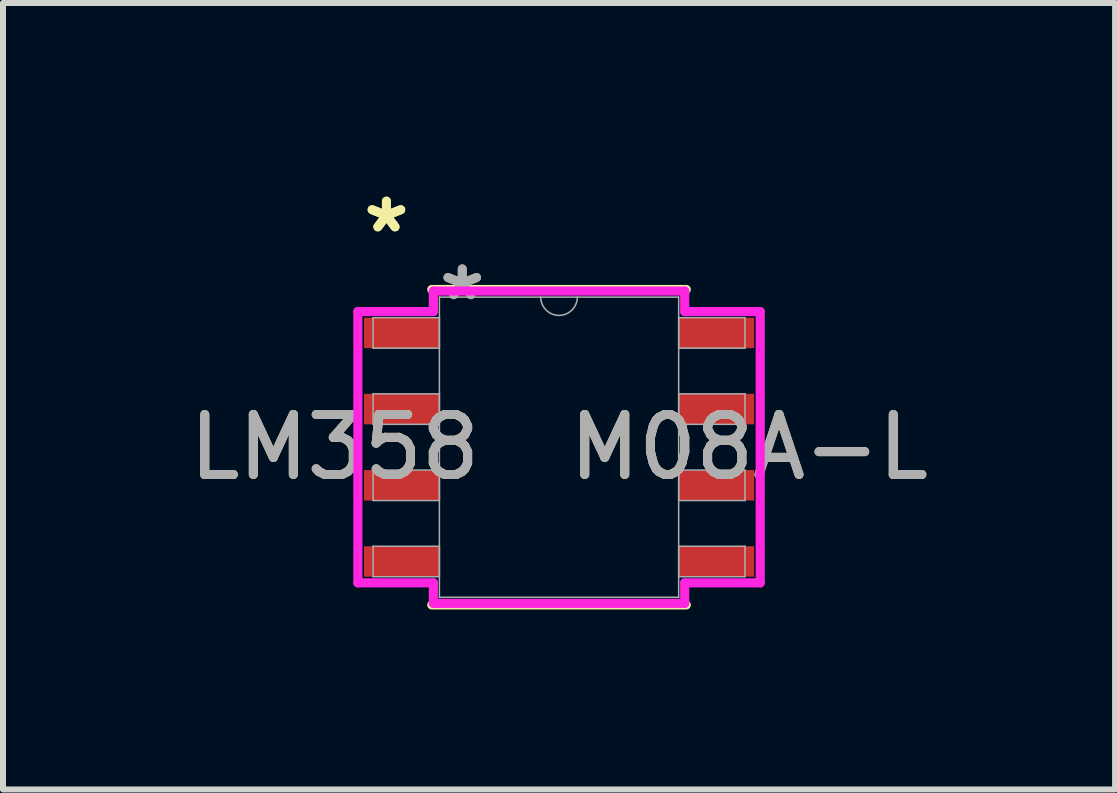
<source format=kicad_pcb>
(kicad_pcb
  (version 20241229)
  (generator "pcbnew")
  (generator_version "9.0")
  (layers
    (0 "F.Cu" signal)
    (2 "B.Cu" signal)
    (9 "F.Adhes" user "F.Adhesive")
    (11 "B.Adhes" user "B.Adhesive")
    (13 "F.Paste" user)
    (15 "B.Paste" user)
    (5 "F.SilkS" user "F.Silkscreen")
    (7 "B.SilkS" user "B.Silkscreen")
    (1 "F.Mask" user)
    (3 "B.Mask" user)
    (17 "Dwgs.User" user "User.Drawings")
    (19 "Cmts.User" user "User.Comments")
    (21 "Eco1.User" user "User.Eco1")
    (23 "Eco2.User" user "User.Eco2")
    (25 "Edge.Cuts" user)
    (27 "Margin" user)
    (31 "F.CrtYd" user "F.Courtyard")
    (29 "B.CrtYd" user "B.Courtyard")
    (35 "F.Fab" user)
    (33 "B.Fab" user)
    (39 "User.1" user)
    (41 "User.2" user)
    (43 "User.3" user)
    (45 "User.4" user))
  (footprint "LM358  M08A-L"
    (layer "F.Cu")
    (at 6.268 4.404)
    (property "Reference" "LM358  M08A-L" (at 0 0 0) (unlocked yes) (layer "F.SilkS") (effects (font (size 1 1) (thickness 0.15))))
    (attr smd)
    (fp_line (start -2.121 2.629) (end 2.121 2.629) (stroke (width 0.152) (type solid)) (layer "F.SilkS"))
    (fp_line (start 2.121 -2.629) (end -2.121 -2.629) (stroke (width 0.152) (type solid)) (layer "F.SilkS"))
    (fp_line (start -3.353 -2.261) (end -2.095 -2.261) (stroke (width 0.152) (type solid)) (layer "F.CrtYd"))
    (fp_line (start -3.353 2.261) (end -3.353 -2.261) (stroke (width 0.152) (type solid)) (layer "F.CrtYd"))
    (fp_line (start -3.353 2.261) (end -2.095 2.261) (stroke (width 0.152) (type solid)) (layer "F.CrtYd"))
    (fp_line (start -2.095 -2.603) (end 2.095 -2.603) (stroke (width 0.152) (type solid)) (layer "F.CrtYd"))
    (fp_line (start -2.095 -2.261) (end -2.095 -2.603) (stroke (width 0.152) (type solid)) (layer "F.CrtYd"))
    (fp_line (start -2.095 2.603) (end -2.095 2.261) (stroke (width 0.152) (type solid)) (layer "F.CrtYd"))
    (fp_line (start 2.095 -2.603) (end 2.095 -2.261) (stroke (width 0.152) (type solid)) (layer "F.CrtYd"))
    (fp_line (start 2.095 2.261) (end 2.095 2.603) (stroke (width 0.152) (type solid)) (layer "F.CrtYd"))
    (fp_line (start 2.095 2.603) (end -2.095 2.603) (stroke (width 0.152) (type solid)) (layer "F.CrtYd"))
    (fp_line (start 3.353 -2.261) (end 2.095 -2.261) (stroke (width 0.152) (type solid)) (layer "F.CrtYd"))
    (fp_line (start 3.353 -2.261) (end 3.353 2.261) (stroke (width 0.152) (type solid)) (layer "F.CrtYd"))
    (fp_line (start 3.353 2.261) (end 2.095 2.261) (stroke (width 0.152) (type solid)) (layer "F.CrtYd"))
    (fp_line (start -3.099 -2.159) (end -3.099 -1.651) (stroke (width 0.025) (type solid)) (layer "F.Fab"))
    (fp_line (start -3.099 -1.651) (end -1.994 -1.651) (stroke (width 0.025) (type solid)) (layer "F.Fab"))
    (fp_line (start -3.099 -0.889) (end -3.099 -0.381) (stroke (width 0.025) (type solid)) (layer "F.Fab"))
    (fp_line (start -3.099 -0.381) (end -1.994 -0.381) (stroke (width 0.025) (type solid)) (layer "F.Fab"))
    (fp_line (start -3.099 0.381) (end -3.099 0.889) (stroke (width 0.025) (type solid)) (layer "F.Fab"))
    (fp_line (start -3.099 0.889) (end -1.994 0.889) (stroke (width 0.025) (type solid)) (layer "F.Fab"))
    (fp_line (start -3.099 1.651) (end -3.099 2.159) (stroke (width 0.025) (type solid)) (layer "F.Fab"))
    (fp_line (start -3.099 2.159) (end -1.994 2.159) (stroke (width 0.025) (type solid)) (layer "F.Fab"))
    (fp_line (start -1.994 -2.502) (end -1.994 2.502) (stroke (width 0.025) (type solid)) (layer "F.Fab"))
    (fp_line (start -1.994 -2.159) (end -3.099 -2.159) (stroke (width 0.025) (type solid)) (layer "F.Fab"))
    (fp_line (start -1.994 -1.651) (end -1.994 -2.159) (stroke (width 0.025) (type solid)) (layer "F.Fab"))
    (fp_line (start -1.994 -0.889) (end -3.099 -0.889) (stroke (width 0.025) (type solid)) (layer "F.Fab"))
    (fp_line (start -1.994 -0.381) (end -1.994 -0.889) (stroke (width 0.025) (type solid)) (layer "F.Fab"))
    (fp_line (start -1.994 0.381) (end -3.099 0.381) (stroke (width 0.025) (type solid)) (layer "F.Fab"))
    (fp_line (start -1.994 0.889) (end -1.994 0.381) (stroke (width 0.025) (type solid)) (layer "F.Fab"))
    (fp_line (start -1.994 1.651) (end -3.099 1.651) (stroke (width 0.025) (type solid)) (layer "F.Fab"))
    (fp_line (start -1.994 2.159) (end -1.994 1.651) (stroke (width 0.025) (type solid)) (layer "F.Fab"))
    (fp_line (start -1.994 2.502) (end 1.994 2.502) (stroke (width 0.025) (type solid)) (layer "F.Fab"))
    (fp_line (start 1.994 -2.502) (end -1.994 -2.502) (stroke (width 0.025) (type solid)) (layer "F.Fab"))
    (fp_line (start 1.994 -2.159) (end 1.994 -1.651) (stroke (width 0.025) (type solid)) (layer "F.Fab"))
    (fp_line (start 1.994 -1.651) (end 3.099 -1.651) (stroke (width 0.025) (type solid)) (layer "F.Fab"))
    (fp_line (start 1.994 -0.889) (end 1.994 -0.381) (stroke (width 0.025) (type solid)) (layer "F.Fab"))
    (fp_line (start 1.994 -0.381) (end 3.099 -0.381) (stroke (width 0.025) (type solid)) (layer "F.Fab"))
    (fp_line (start 1.994 0.381) (end 1.994 0.889) (stroke (width 0.025) (type solid)) (layer "F.Fab"))
    (fp_line (start 1.994 0.889) (end 3.099 0.889) (stroke (width 0.025) (type solid)) (layer "F.Fab"))
    (fp_line (start 1.994 1.651) (end 1.994 2.159) (stroke (width 0.025) (type solid)) (layer "F.Fab"))
    (fp_line (start 1.994 2.159) (end 3.099 2.159) (stroke (width 0.025) (type solid)) (layer "F.Fab"))
    (fp_line (start 1.994 2.502) (end 1.994 -2.502) (stroke (width 0.025) (type solid)) (layer "F.Fab"))
    (fp_line (start 3.099 -2.159) (end 1.994 -2.159) (stroke (width 0.025) (type solid)) (layer "F.Fab"))
    (fp_line (start 3.099 -1.651) (end 3.099 -2.159) (stroke (width 0.025) (type solid)) (layer "F.Fab"))
    (fp_line (start 3.099 -0.889) (end 1.994 -0.889) (stroke (width 0.025) (type solid)) (layer "F.Fab"))
    (fp_line (start 3.099 -0.381) (end 3.099 -0.889) (stroke (width 0.025) (type solid)) (layer "F.Fab"))
    (fp_line (start 3.099 0.381) (end 1.994 0.381) (stroke (width 0.025) (type solid)) (layer "F.Fab"))
    (fp_line (start 3.099 0.889) (end 3.099 0.381) (stroke (width 0.025) (type solid)) (layer "F.Fab"))
    (fp_line (start 3.099 1.651) (end 1.994 1.651) (stroke (width 0.025) (type solid)) (layer "F.Fab"))
    (fp_line (start 3.099 2.159) (end 3.099 1.651) (stroke (width 0.025) (type solid)) (layer "F.Fab"))
    (fp_arc (start 0.3048 -2.5019) (mid 0 -2.1971) (end -0.3048 -2.5019) (stroke (width 0.0254) (type solid)) (layer "F.Fab"))
    (fp_text user "*" (at -2.877 -3.556 0) (unlocked yes) (layer "F.SilkS") (effects (font (size 1 1) (thickness 0.15))))
    (fp_text user "*" (at -2.877 -3.556 0) (layer "F.SilkS") (effects (font (size 1 1) (thickness 0.15))))
    (fp_text user "*" (at -1.613 -2.426 0) (layer "F.Fab") (effects (font (size 1 1) (thickness 0.15))))
    (fp_text user "${REFERENCE}" (at 0 0 0) (unlocked yes) (layer "F.Fab") (effects (font (size 1 1) (thickness 0.15))))
    (fp_text user "*" (at -1.613 -2.426 0) (unlocked yes) (layer "F.Fab") (effects (font (size 1 1) (thickness 0.15))))
    (pad "1" smd rect (at -2.623 -1.905) (size 1.257 0.508) (layers "F.Cu" "F.Mask" "F.Paste"))
    (pad "2" smd rect (at -2.623 -0.635) (size 1.257 0.508) (layers "F.Cu" "F.Mask" "F.Paste"))
    (pad "3" smd rect (at -2.623 0.635) (size 1.257 0.508) (layers "F.Cu" "F.Mask" "F.Paste"))
    (pad "4" smd rect (at -2.623 1.905) (size 1.257 0.508) (layers "F.Cu" "F.Mask" "F.Paste"))
    (pad "5" smd rect (at 2.623 1.905) (size 1.257 0.508) (layers "F.Cu" "F.Mask" "F.Paste"))
    (pad "6" smd rect (at 2.623 0.635) (size 1.257 0.508) (layers "F.Cu" "F.Mask" "F.Paste"))
    (pad "7" smd rect (at 2.623 -0.635) (size 1.257 0.508) (layers "F.Cu" "F.Mask" "F.Paste"))
    (pad "8" smd rect (at 2.623 -1.905) (size 1.257 0.508) (layers "F.Cu" "F.Mask" "F.Paste")))
  (gr_rect
    (start -3 -3)
    (end 15.536 10.109)
    (stroke (width 0.1) (type default))
    (fill no)
    (layer "Edge.Cuts")))
</source>
